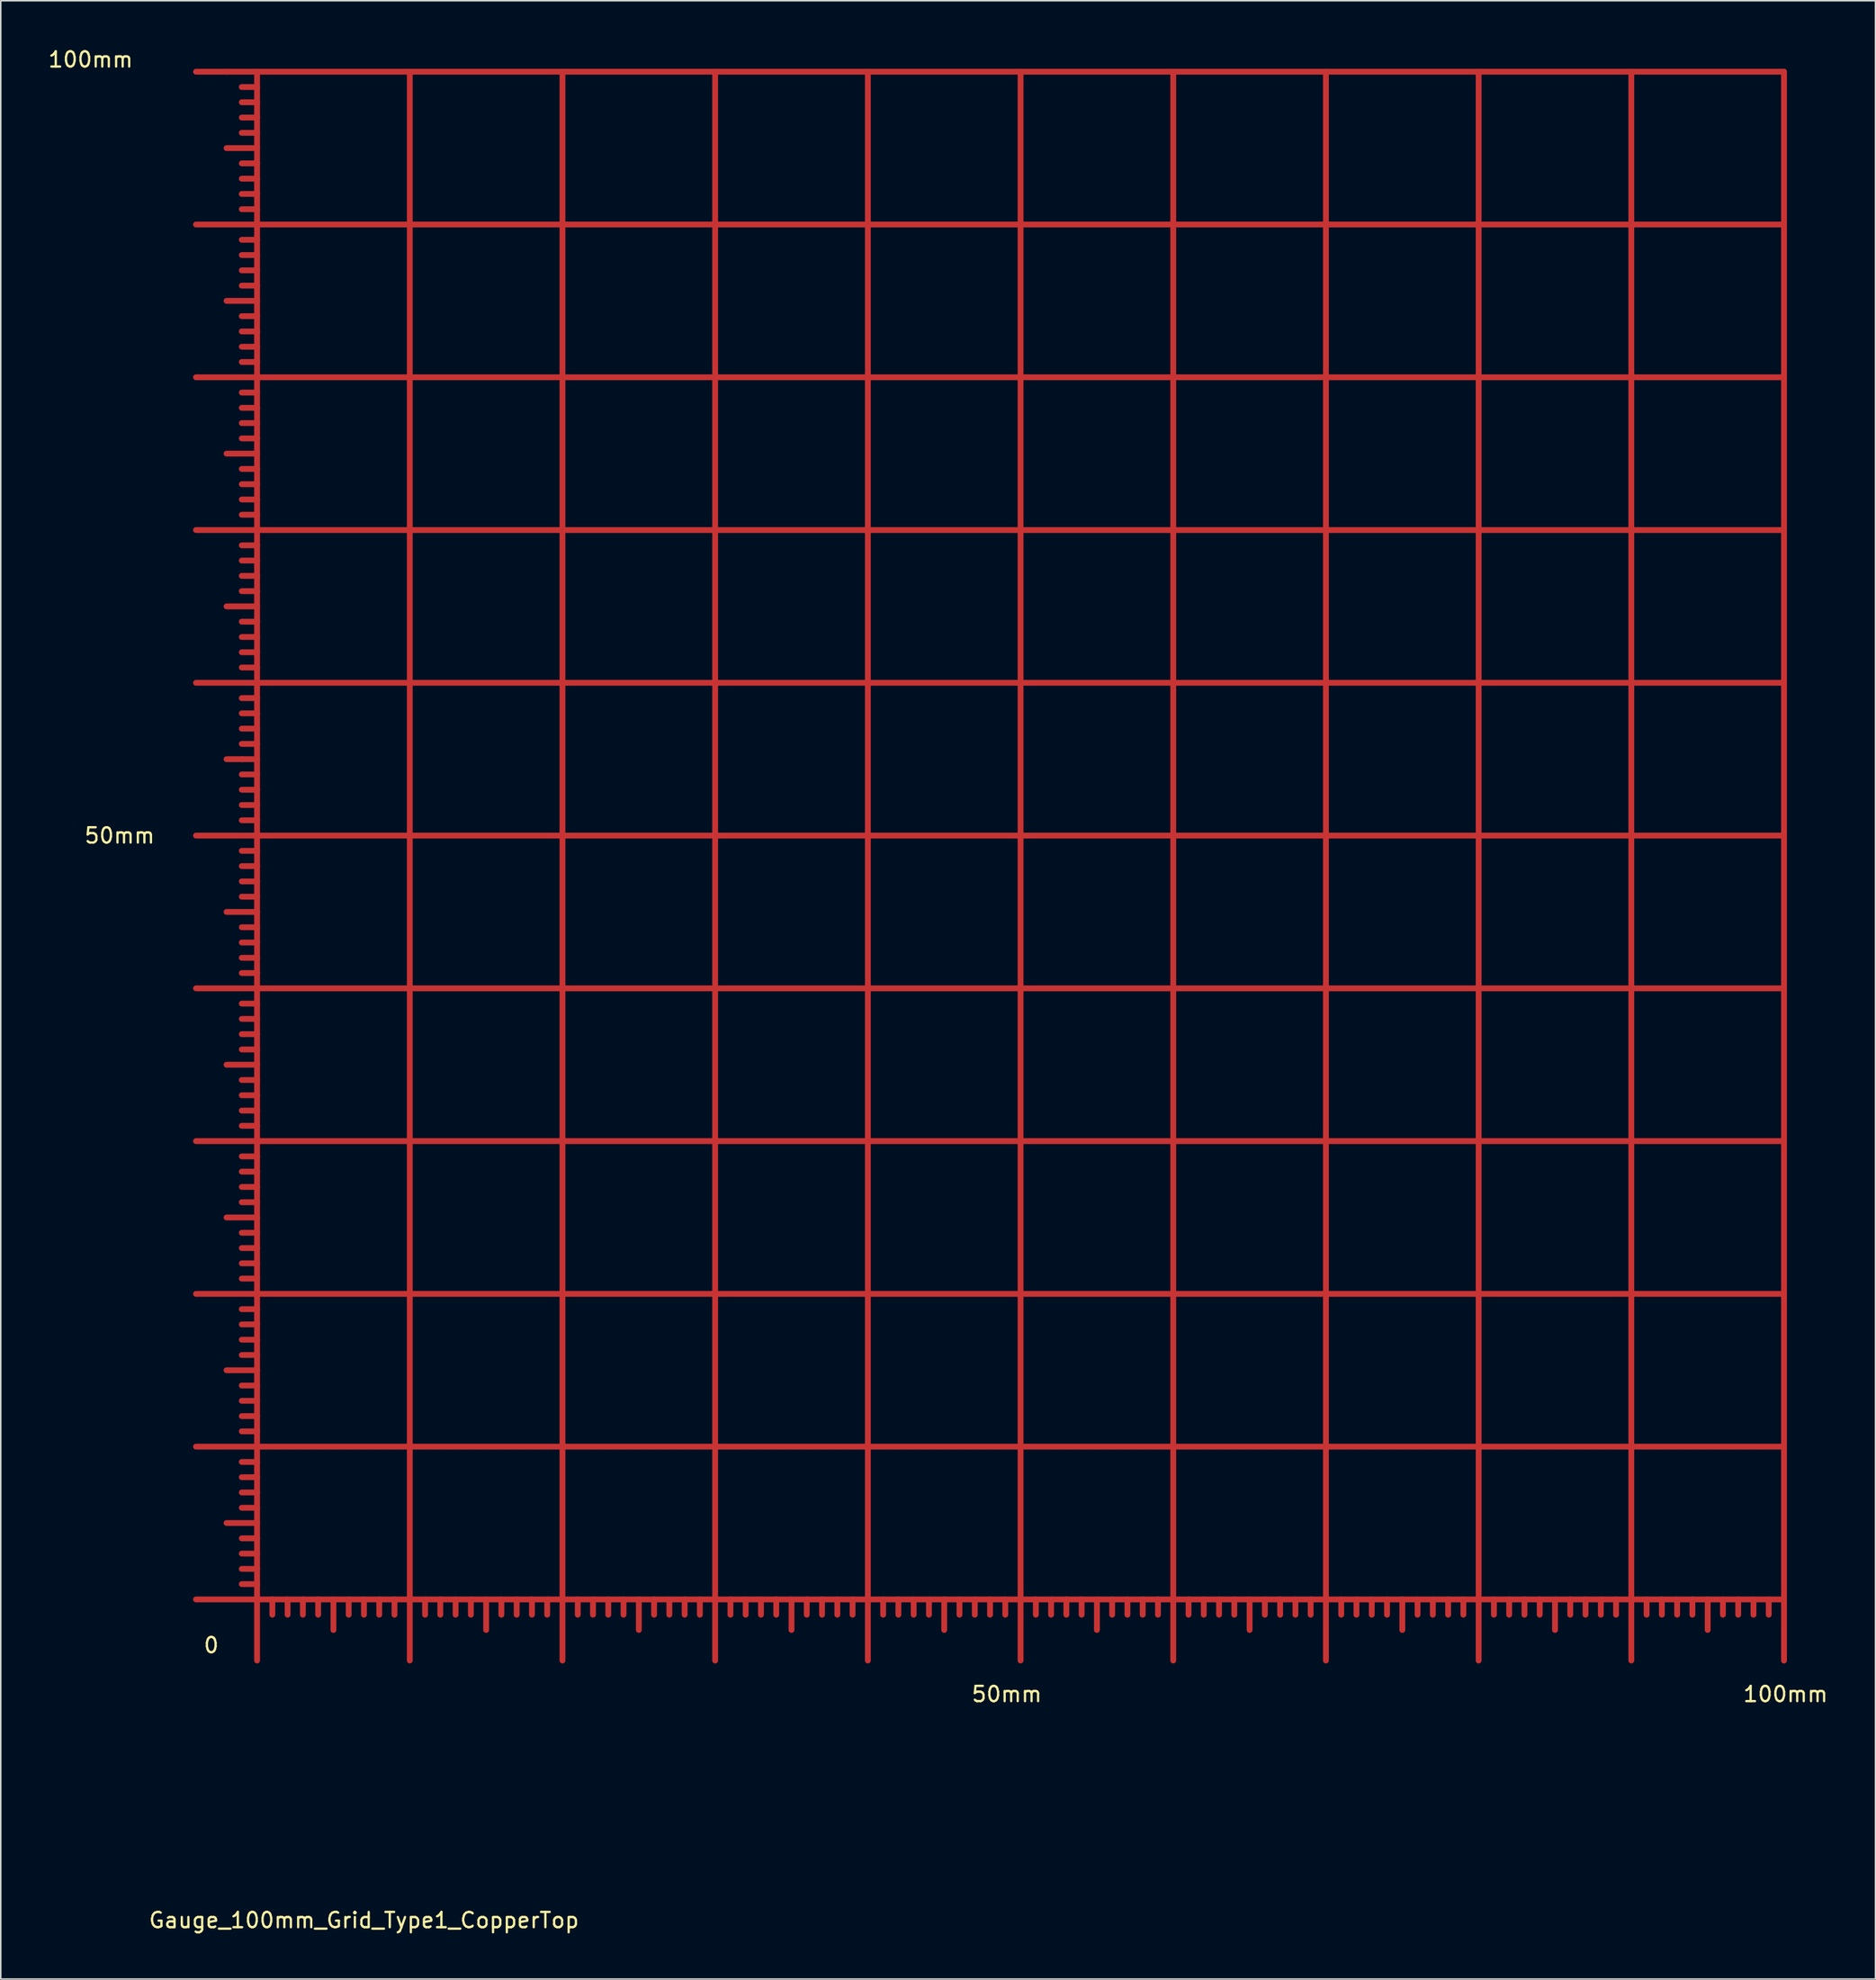
<source format=kicad_pcb>
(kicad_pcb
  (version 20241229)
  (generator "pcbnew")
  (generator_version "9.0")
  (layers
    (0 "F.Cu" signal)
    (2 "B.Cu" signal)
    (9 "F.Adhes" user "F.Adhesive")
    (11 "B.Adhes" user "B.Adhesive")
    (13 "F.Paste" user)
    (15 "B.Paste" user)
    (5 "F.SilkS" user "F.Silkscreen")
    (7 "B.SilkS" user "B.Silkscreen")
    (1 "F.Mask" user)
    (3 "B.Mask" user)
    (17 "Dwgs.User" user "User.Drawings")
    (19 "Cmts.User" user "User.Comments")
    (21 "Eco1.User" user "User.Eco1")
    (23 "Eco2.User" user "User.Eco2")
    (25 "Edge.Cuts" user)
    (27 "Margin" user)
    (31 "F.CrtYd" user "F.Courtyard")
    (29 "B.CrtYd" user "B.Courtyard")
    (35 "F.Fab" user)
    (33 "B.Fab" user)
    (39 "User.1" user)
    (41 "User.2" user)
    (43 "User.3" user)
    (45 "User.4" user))
  (footprint "Gauge_100mm_Grid_Type1_CopperTop"
    (layer "F.Cu")
    (at 13.786 101.646)
    (property "Reference" "Gauge_100mm_Grid_Type1_CopperTop" (at 7 21.001 0) (layer "F.SilkS") (effects (font (size 1 1) (thickness 0.15))))
    (attr exclude_from_pos_files exclude_from_bom)
    (fp_line (start -1.999 -100) (end -4 -100) (stroke (width 0.381) (type solid)) (layer "F.Cu"))
    (fp_line (start -1.001 -55.001) (end -1.999 -55.001) (stroke (width 0.381) (type solid)) (layer "F.Cu"))
    (fp_line (start 0 -100) (end -1.999 -100) (stroke (width 0.381) (type solid)) (layer "F.Cu"))
    (fp_line (start 0 -100) (end 100 -100) (stroke (width 0.381) (type solid)) (layer "F.Cu"))
    (fp_line (start 0 -98.999) (end -1.001 -98.999) (stroke (width 0.381) (type solid)) (layer "F.Cu"))
    (fp_line (start 0 -98.001) (end -1.001 -98.001) (stroke (width 0.381) (type solid)) (layer "F.Cu"))
    (fp_line (start 0 -97) (end -1.001 -97) (stroke (width 0.381) (type solid)) (layer "F.Cu"))
    (fp_line (start 0 -95.999) (end -1.001 -95.999) (stroke (width 0.381) (type solid)) (layer "F.Cu"))
    (fp_line (start 0 -95.001) (end -1.999 -95.001) (stroke (width 0.381) (type solid)) (layer "F.Cu"))
    (fp_line (start 0 -94) (end -1.001 -94) (stroke (width 0.381) (type solid)) (layer "F.Cu"))
    (fp_line (start 0 -93) (end -1.001 -93) (stroke (width 0.381) (type solid)) (layer "F.Cu"))
    (fp_line (start 0 -91.999) (end -1.001 -91.999) (stroke (width 0.381) (type solid)) (layer "F.Cu"))
    (fp_line (start 0 -91.001) (end -1.001 -91.001) (stroke (width 0.381) (type solid)) (layer "F.Cu"))
    (fp_line (start 0 -90) (end -4 -90) (stroke (width 0.381) (type solid)) (layer "F.Cu"))
    (fp_line (start 0 -90) (end 100 -90) (stroke (width 0.381) (type solid)) (layer "F.Cu"))
    (fp_line (start 0 -88.999) (end -1.001 -88.999) (stroke (width 0.381) (type solid)) (layer "F.Cu"))
    (fp_line (start 0 -88.001) (end -1.001 -88.001) (stroke (width 0.381) (type solid)) (layer "F.Cu"))
    (fp_line (start 0 -87) (end -1.001 -87) (stroke (width 0.381) (type solid)) (layer "F.Cu"))
    (fp_line (start 0 -85.999) (end -1.001 -85.999) (stroke (width 0.381) (type solid)) (layer "F.Cu"))
    (fp_line (start 0 -85.001) (end -1.999 -85.001) (stroke (width 0.381) (type solid)) (layer "F.Cu"))
    (fp_line (start 0 -84) (end -1.001 -84) (stroke (width 0.381) (type solid)) (layer "F.Cu"))
    (fp_line (start 0 -83) (end -1.001 -83) (stroke (width 0.381) (type solid)) (layer "F.Cu"))
    (fp_line (start 0 -81.999) (end -1.001 -81.999) (stroke (width 0.381) (type solid)) (layer "F.Cu"))
    (fp_line (start 0 -81.001) (end -1.001 -81.001) (stroke (width 0.381) (type solid)) (layer "F.Cu"))
    (fp_line (start 0 -80) (end -4 -80) (stroke (width 0.381) (type solid)) (layer "F.Cu"))
    (fp_line (start 0 -80) (end 100 -80) (stroke (width 0.381) (type solid)) (layer "F.Cu"))
    (fp_line (start 0 -78.999) (end -1.001 -78.999) (stroke (width 0.381) (type solid)) (layer "F.Cu"))
    (fp_line (start 0 -78.001) (end -1.001 -78.001) (stroke (width 0.381) (type solid)) (layer "F.Cu"))
    (fp_line (start 0 -77) (end -1.001 -77) (stroke (width 0.381) (type solid)) (layer "F.Cu"))
    (fp_line (start 0 -75.999) (end -1.001 -75.999) (stroke (width 0.381) (type solid)) (layer "F.Cu"))
    (fp_line (start 0 -75.001) (end -1.999 -75.001) (stroke (width 0.381) (type solid)) (layer "F.Cu"))
    (fp_line (start 0 -74) (end -1.001 -74) (stroke (width 0.381) (type solid)) (layer "F.Cu"))
    (fp_line (start 0 -73) (end -1.001 -73) (stroke (width 0.381) (type solid)) (layer "F.Cu"))
    (fp_line (start 0 -71.999) (end -1.001 -71.999) (stroke (width 0.381) (type solid)) (layer "F.Cu"))
    (fp_line (start 0 -71.001) (end -1.001 -71.001) (stroke (width 0.381) (type solid)) (layer "F.Cu"))
    (fp_line (start 0 -70) (end -4 -70) (stroke (width 0.381) (type solid)) (layer "F.Cu"))
    (fp_line (start 0 -70) (end 100 -70) (stroke (width 0.381) (type solid)) (layer "F.Cu"))
    (fp_line (start 0 -68.999) (end -1.001 -68.999) (stroke (width 0.381) (type solid)) (layer "F.Cu"))
    (fp_line (start 0 -68.001) (end -1.001 -68.001) (stroke (width 0.381) (type solid)) (layer "F.Cu"))
    (fp_line (start 0 -67) (end -1.001 -67) (stroke (width 0.381) (type solid)) (layer "F.Cu"))
    (fp_line (start 0 -65.999) (end -1.001 -65.999) (stroke (width 0.381) (type solid)) (layer "F.Cu"))
    (fp_line (start 0 -65.001) (end -1.999 -65.001) (stroke (width 0.381) (type solid)) (layer "F.Cu"))
    (fp_line (start 0 -64) (end -1.001 -64) (stroke (width 0.381) (type solid)) (layer "F.Cu"))
    (fp_line (start 0 -63) (end -1.001 -63) (stroke (width 0.381) (type solid)) (layer "F.Cu"))
    (fp_line (start 0 -61.999) (end -1.001 -61.999) (stroke (width 0.381) (type solid)) (layer "F.Cu"))
    (fp_line (start 0 -61.001) (end -1.001 -61.001) (stroke (width 0.381) (type solid)) (layer "F.Cu"))
    (fp_line (start 0 -60) (end -4 -60) (stroke (width 0.381) (type solid)) (layer "F.Cu"))
    (fp_line (start 0 -60) (end 100 -60) (stroke (width 0.381) (type solid)) (layer "F.Cu"))
    (fp_line (start 0 -58.999) (end -1.001 -58.999) (stroke (width 0.381) (type solid)) (layer "F.Cu"))
    (fp_line (start 0 -58.001) (end -1.001 -58.001) (stroke (width 0.381) (type solid)) (layer "F.Cu"))
    (fp_line (start 0 -57) (end -1.001 -57) (stroke (width 0.381) (type solid)) (layer "F.Cu"))
    (fp_line (start 0 -55.999) (end -1.001 -55.999) (stroke (width 0.381) (type solid)) (layer "F.Cu"))
    (fp_line (start 0 -55.001) (end -1.001 -55.001) (stroke (width 0.381) (type solid)) (layer "F.Cu"))
    (fp_line (start 0 -54) (end -1.001 -54) (stroke (width 0.381) (type solid)) (layer "F.Cu"))
    (fp_line (start 0 -53) (end -1.001 -53) (stroke (width 0.381) (type solid)) (layer "F.Cu"))
    (fp_line (start 0 -51.999) (end -1.001 -51.999) (stroke (width 0.381) (type solid)) (layer "F.Cu"))
    (fp_line (start 0 -51.001) (end -1.001 -51.001) (stroke (width 0.381) (type solid)) (layer "F.Cu"))
    (fp_line (start 0 -50) (end -4 -50) (stroke (width 0.381) (type solid)) (layer "F.Cu"))
    (fp_line (start 0 -50) (end 100 -50) (stroke (width 0.381) (type solid)) (layer "F.Cu"))
    (fp_line (start 0 -48.999) (end -1.001 -48.999) (stroke (width 0.381) (type solid)) (layer "F.Cu"))
    (fp_line (start 0 -48.001) (end -1.001 -48.001) (stroke (width 0.381) (type solid)) (layer "F.Cu"))
    (fp_line (start 0 -47) (end -1.001 -47) (stroke (width 0.381) (type solid)) (layer "F.Cu"))
    (fp_line (start 0 -45.999) (end -1.001 -45.999) (stroke (width 0.381) (type solid)) (layer "F.Cu"))
    (fp_line (start 0 -45.001) (end -1.999 -45.001) (stroke (width 0.381) (type solid)) (layer "F.Cu"))
    (fp_line (start 0 -44) (end -1.001 -44) (stroke (width 0.381) (type solid)) (layer "F.Cu"))
    (fp_line (start 0 -43) (end -1.001 -43) (stroke (width 0.381) (type solid)) (layer "F.Cu"))
    (fp_line (start 0 -41.999) (end -1.001 -41.999) (stroke (width 0.381) (type solid)) (layer "F.Cu"))
    (fp_line (start 0 -41.001) (end -1.001 -41.001) (stroke (width 0.381) (type solid)) (layer "F.Cu"))
    (fp_line (start 0 -40) (end -4 -40) (stroke (width 0.381) (type solid)) (layer "F.Cu"))
    (fp_line (start 0 -40) (end 100 -40) (stroke (width 0.381) (type solid)) (layer "F.Cu"))
    (fp_line (start 0 -38.999) (end -1.001 -38.999) (stroke (width 0.381) (type solid)) (layer "F.Cu"))
    (fp_line (start 0 -38.001) (end -1.001 -38.001) (stroke (width 0.381) (type solid)) (layer "F.Cu"))
    (fp_line (start 0 -37) (end -1.001 -37) (stroke (width 0.381) (type solid)) (layer "F.Cu"))
    (fp_line (start 0 -35.999) (end -1.001 -35.999) (stroke (width 0.381) (type solid)) (layer "F.Cu"))
    (fp_line (start 0 -35.001) (end -1.999 -35.001) (stroke (width 0.381) (type solid)) (layer "F.Cu"))
    (fp_line (start 0 -34) (end -1.001 -34) (stroke (width 0.381) (type solid)) (layer "F.Cu"))
    (fp_line (start 0 -33) (end -1.001 -33) (stroke (width 0.381) (type solid)) (layer "F.Cu"))
    (fp_line (start 0 -31.999) (end -1.001 -31.999) (stroke (width 0.381) (type solid)) (layer "F.Cu"))
    (fp_line (start 0 -31.001) (end -1.001 -31.001) (stroke (width 0.381) (type solid)) (layer "F.Cu"))
    (fp_line (start 0 -30) (end -4 -30) (stroke (width 0.381) (type solid)) (layer "F.Cu"))
    (fp_line (start 0 -30) (end 100 -30) (stroke (width 0.381) (type solid)) (layer "F.Cu"))
    (fp_line (start 0 -28.999) (end -1.001 -28.999) (stroke (width 0.381) (type solid)) (layer "F.Cu"))
    (fp_line (start 0 -28.001) (end -1.001 -28.001) (stroke (width 0.381) (type solid)) (layer "F.Cu"))
    (fp_line (start 0 -27) (end -1.001 -27) (stroke (width 0.381) (type solid)) (layer "F.Cu"))
    (fp_line (start 0 -25.999) (end -1.001 -25.999) (stroke (width 0.381) (type solid)) (layer "F.Cu"))
    (fp_line (start 0 -25.001) (end -1.999 -25.001) (stroke (width 0.381) (type solid)) (layer "F.Cu"))
    (fp_line (start 0 -24) (end -1.001 -24) (stroke (width 0.381) (type solid)) (layer "F.Cu"))
    (fp_line (start 0 -23) (end -1.001 -23) (stroke (width 0.381) (type solid)) (layer "F.Cu"))
    (fp_line (start 0 -21.999) (end -1.001 -21.999) (stroke (width 0.381) (type solid)) (layer "F.Cu"))
    (fp_line (start 0 -21.001) (end -1.001 -21.001) (stroke (width 0.381) (type solid)) (layer "F.Cu"))
    (fp_line (start 0 -20) (end -4 -20) (stroke (width 0.381) (type solid)) (layer "F.Cu"))
    (fp_line (start 0 -20) (end 100 -20) (stroke (width 0.381) (type solid)) (layer "F.Cu"))
    (fp_line (start 0 -18.999) (end -1.001 -18.999) (stroke (width 0.381) (type solid)) (layer "F.Cu"))
    (fp_line (start 0 -18.001) (end -1.001 -18.001) (stroke (width 0.381) (type solid)) (layer "F.Cu"))
    (fp_line (start 0 -17) (end -1.001 -17) (stroke (width 0.381) (type solid)) (layer "F.Cu"))
    (fp_line (start 0 -15.999) (end -1.001 -15.999) (stroke (width 0.381) (type solid)) (layer "F.Cu"))
    (fp_line (start 0 -15.001) (end -1.999 -15.001) (stroke (width 0.381) (type solid)) (layer "F.Cu"))
    (fp_line (start 0 -14) (end -1.001 -14) (stroke (width 0.381) (type solid)) (layer "F.Cu"))
    (fp_line (start 0 -13) (end -1.001 -13) (stroke (width 0.381) (type solid)) (layer "F.Cu"))
    (fp_line (start 0 -11.999) (end -1.001 -11.999) (stroke (width 0.381) (type solid)) (layer "F.Cu"))
    (fp_line (start 0 -11.001) (end -1.001 -11.001) (stroke (width 0.381) (type solid)) (layer "F.Cu"))
    (fp_line (start 0 -10) (end -4 -10) (stroke (width 0.381) (type solid)) (layer "F.Cu"))
    (fp_line (start 0 -10) (end 100 -10) (stroke (width 0.381) (type solid)) (layer "F.Cu"))
    (fp_line (start 0 -8.999) (end -1.001 -8.999) (stroke (width 0.381) (type solid)) (layer "F.Cu"))
    (fp_line (start 0 -8.001) (end -1.001 -8.001) (stroke (width 0.381) (type solid)) (layer "F.Cu"))
    (fp_line (start 0 -7) (end -1.001 -7) (stroke (width 0.381) (type solid)) (layer "F.Cu"))
    (fp_line (start 0 -5.999) (end -1.001 -5.999) (stroke (width 0.381) (type solid)) (layer "F.Cu"))
    (fp_line (start 0 -5.001) (end -1.999 -5.001) (stroke (width 0.381) (type solid)) (layer "F.Cu"))
    (fp_line (start 0 -4) (end -1.001 -4) (stroke (width 0.381) (type solid)) (layer "F.Cu"))
    (fp_line (start 0 -3) (end -1.001 -3) (stroke (width 0.381) (type solid)) (layer "F.Cu"))
    (fp_line (start 0 -1.999) (end -1.001 -1.999) (stroke (width 0.381) (type solid)) (layer "F.Cu"))
    (fp_line (start 0 -1.001) (end -1.001 -1.001) (stroke (width 0.381) (type solid)) (layer "F.Cu"))
    (fp_line (start 0 0) (end -4 0) (stroke (width 0.381) (type solid)) (layer "F.Cu"))
    (fp_line (start 0 0) (end 0 -100) (stroke (width 0.381) (type solid)) (layer "F.Cu"))
    (fp_line (start 0 0) (end 0 4) (stroke (width 0.381) (type solid)) (layer "F.Cu"))
    (fp_line (start 0 0) (end 100 0) (stroke (width 0.381) (type solid)) (layer "F.Cu"))
    (fp_line (start 1.001 0) (end 1.001 1.001) (stroke (width 0.381) (type solid)) (layer "F.Cu"))
    (fp_line (start 1.999 0) (end 1.999 1.001) (stroke (width 0.381) (type solid)) (layer "F.Cu"))
    (fp_line (start 3 0) (end 3 1.001) (stroke (width 0.381) (type solid)) (layer "F.Cu"))
    (fp_line (start 4 0) (end 4 1.001) (stroke (width 0.381) (type solid)) (layer "F.Cu"))
    (fp_line (start 5.001 0) (end 5.001 1.999) (stroke (width 0.381) (type solid)) (layer "F.Cu"))
    (fp_line (start 5.999 0) (end 5.999 1.001) (stroke (width 0.381) (type solid)) (layer "F.Cu"))
    (fp_line (start 7 0) (end 7 1.001) (stroke (width 0.381) (type solid)) (layer "F.Cu"))
    (fp_line (start 8.001 0) (end 8.001 1.001) (stroke (width 0.381) (type solid)) (layer "F.Cu"))
    (fp_line (start 8.999 0) (end 8.999 1.001) (stroke (width 0.381) (type solid)) (layer "F.Cu"))
    (fp_line (start 10 0) (end 10 -100) (stroke (width 0.381) (type solid)) (layer "F.Cu"))
    (fp_line (start 10 0) (end 10 4) (stroke (width 0.381) (type solid)) (layer "F.Cu"))
    (fp_line (start 11.001 0) (end 11.001 1.001) (stroke (width 0.381) (type solid)) (layer "F.Cu"))
    (fp_line (start 11.999 0) (end 11.999 1.001) (stroke (width 0.381) (type solid)) (layer "F.Cu"))
    (fp_line (start 13 0) (end 13 1.001) (stroke (width 0.381) (type solid)) (layer "F.Cu"))
    (fp_line (start 14 0) (end 14 1.001) (stroke (width 0.381) (type solid)) (layer "F.Cu"))
    (fp_line (start 15.001 0) (end 15.001 1.999) (stroke (width 0.381) (type solid)) (layer "F.Cu"))
    (fp_line (start 15.999 0) (end 15.999 1.001) (stroke (width 0.381) (type solid)) (layer "F.Cu"))
    (fp_line (start 17 0) (end 17 1.001) (stroke (width 0.381) (type solid)) (layer "F.Cu"))
    (fp_line (start 18.001 0) (end 18.001 1.001) (stroke (width 0.381) (type solid)) (layer "F.Cu"))
    (fp_line (start 18.999 0) (end 18.999 1.001) (stroke (width 0.381) (type solid)) (layer "F.Cu"))
    (fp_line (start 20 0) (end 20 -100) (stroke (width 0.381) (type solid)) (layer "F.Cu"))
    (fp_line (start 20 0) (end 20 4) (stroke (width 0.381) (type solid)) (layer "F.Cu"))
    (fp_line (start 21.001 0) (end 21.001 1.001) (stroke (width 0.381) (type solid)) (layer "F.Cu"))
    (fp_line (start 21.999 0) (end 21.999 1.001) (stroke (width 0.381) (type solid)) (layer "F.Cu"))
    (fp_line (start 23 0) (end 23 1.001) (stroke (width 0.381) (type solid)) (layer "F.Cu"))
    (fp_line (start 24 0) (end 24 1.001) (stroke (width 0.381) (type solid)) (layer "F.Cu"))
    (fp_line (start 25.001 0) (end 25.001 1.999) (stroke (width 0.381) (type solid)) (layer "F.Cu"))
    (fp_line (start 25.999 0) (end 25.999 1.001) (stroke (width 0.381) (type solid)) (layer "F.Cu"))
    (fp_line (start 27 0) (end 27 1.001) (stroke (width 0.381) (type solid)) (layer "F.Cu"))
    (fp_line (start 28.001 0) (end 28.001 1.001) (stroke (width 0.381) (type solid)) (layer "F.Cu"))
    (fp_line (start 28.999 0) (end 28.999 1.001) (stroke (width 0.381) (type solid)) (layer "F.Cu"))
    (fp_line (start 30 0) (end 30 -100) (stroke (width 0.381) (type solid)) (layer "F.Cu"))
    (fp_line (start 30 0) (end 30 4) (stroke (width 0.381) (type solid)) (layer "F.Cu"))
    (fp_line (start 31.001 0) (end 31.001 1.001) (stroke (width 0.381) (type solid)) (layer "F.Cu"))
    (fp_line (start 31.999 0) (end 31.999 1.001) (stroke (width 0.381) (type solid)) (layer "F.Cu"))
    (fp_line (start 33 0) (end 33 1.001) (stroke (width 0.381) (type solid)) (layer "F.Cu"))
    (fp_line (start 34 0) (end 34 1.001) (stroke (width 0.381) (type solid)) (layer "F.Cu"))
    (fp_line (start 35.001 0) (end 35.001 1.999) (stroke (width 0.381) (type solid)) (layer "F.Cu"))
    (fp_line (start 35.999 0) (end 35.999 1.001) (stroke (width 0.381) (type solid)) (layer "F.Cu"))
    (fp_line (start 37 0) (end 37 1.001) (stroke (width 0.381) (type solid)) (layer "F.Cu"))
    (fp_line (start 38.001 0) (end 38.001 1.001) (stroke (width 0.381) (type solid)) (layer "F.Cu"))
    (fp_line (start 38.999 0) (end 38.999 1.001) (stroke (width 0.381) (type solid)) (layer "F.Cu"))
    (fp_line (start 40 0) (end 40 -100) (stroke (width 0.381) (type solid)) (layer "F.Cu"))
    (fp_line (start 40 0) (end 40 4) (stroke (width 0.381) (type solid)) (layer "F.Cu"))
    (fp_line (start 41.001 0) (end 41.001 1.001) (stroke (width 0.381) (type solid)) (layer "F.Cu"))
    (fp_line (start 41.999 0) (end 41.999 1.001) (stroke (width 0.381) (type solid)) (layer "F.Cu"))
    (fp_line (start 43 0) (end 43 1.001) (stroke (width 0.381) (type solid)) (layer "F.Cu"))
    (fp_line (start 44 0) (end 44 1.001) (stroke (width 0.381) (type solid)) (layer "F.Cu"))
    (fp_line (start 45.001 0) (end 45.001 1.999) (stroke (width 0.381) (type solid)) (layer "F.Cu"))
    (fp_line (start 45.999 0) (end 45.999 1.001) (stroke (width 0.381) (type solid)) (layer "F.Cu"))
    (fp_line (start 47 0) (end 47 1.001) (stroke (width 0.381) (type solid)) (layer "F.Cu"))
    (fp_line (start 48.001 0) (end 48.001 1.001) (stroke (width 0.381) (type solid)) (layer "F.Cu"))
    (fp_line (start 48.999 0) (end 48.999 1.001) (stroke (width 0.381) (type solid)) (layer "F.Cu"))
    (fp_line (start 50 0) (end 50 -100) (stroke (width 0.381) (type solid)) (layer "F.Cu"))
    (fp_line (start 50 0) (end 50 4) (stroke (width 0.381) (type solid)) (layer "F.Cu"))
    (fp_line (start 51.001 0) (end 51.001 1.001) (stroke (width 0.381) (type solid)) (layer "F.Cu"))
    (fp_line (start 51.999 0) (end 51.999 1.001) (stroke (width 0.381) (type solid)) (layer "F.Cu"))
    (fp_line (start 53 0) (end 53 1.001) (stroke (width 0.381) (type solid)) (layer "F.Cu"))
    (fp_line (start 54 0) (end 54 1.001) (stroke (width 0.381) (type solid)) (layer "F.Cu"))
    (fp_line (start 55.001 0) (end 55.001 1.999) (stroke (width 0.381) (type solid)) (layer "F.Cu"))
    (fp_line (start 55.999 0) (end 55.999 1.001) (stroke (width 0.381) (type solid)) (layer "F.Cu"))
    (fp_line (start 57 0) (end 57 1.001) (stroke (width 0.381) (type solid)) (layer "F.Cu"))
    (fp_line (start 58.001 0) (end 58.001 1.001) (stroke (width 0.381) (type solid)) (layer "F.Cu"))
    (fp_line (start 58.999 0) (end 58.999 1.001) (stroke (width 0.381) (type solid)) (layer "F.Cu"))
    (fp_line (start 60 -100) (end 60 0) (stroke (width 0.381) (type solid)) (layer "F.Cu"))
    (fp_line (start 60 0) (end 60 4) (stroke (width 0.381) (type solid)) (layer "F.Cu"))
    (fp_line (start 61.001 0) (end 61.001 1.001) (stroke (width 0.381) (type solid)) (layer "F.Cu"))
    (fp_line (start 61.999 0) (end 61.999 1.001) (stroke (width 0.381) (type solid)) (layer "F.Cu"))
    (fp_line (start 63 0) (end 63 1.001) (stroke (width 0.381) (type solid)) (layer "F.Cu"))
    (fp_line (start 64 0) (end 64 1.001) (stroke (width 0.381) (type solid)) (layer "F.Cu"))
    (fp_line (start 65.001 0) (end 65.001 1.999) (stroke (width 0.381) (type solid)) (layer "F.Cu"))
    (fp_line (start 65.999 0) (end 65.999 1.001) (stroke (width 0.381) (type solid)) (layer "F.Cu"))
    (fp_line (start 67 0) (end 67 1.001) (stroke (width 0.381) (type solid)) (layer "F.Cu"))
    (fp_line (start 68.001 0) (end 68.001 1.001) (stroke (width 0.381) (type solid)) (layer "F.Cu"))
    (fp_line (start 68.999 0) (end 68.999 1.001) (stroke (width 0.381) (type solid)) (layer "F.Cu"))
    (fp_line (start 70 0) (end 70 -100) (stroke (width 0.381) (type solid)) (layer "F.Cu"))
    (fp_line (start 70 0) (end 70 4) (stroke (width 0.381) (type solid)) (layer "F.Cu"))
    (fp_line (start 71.001 0) (end 71.001 1.001) (stroke (width 0.381) (type solid)) (layer "F.Cu"))
    (fp_line (start 71.999 0) (end 71.999 1.001) (stroke (width 0.381) (type solid)) (layer "F.Cu"))
    (fp_line (start 73 0) (end 73 1.001) (stroke (width 0.381) (type solid)) (layer "F.Cu"))
    (fp_line (start 74 0) (end 74 1.001) (stroke (width 0.381) (type solid)) (layer "F.Cu"))
    (fp_line (start 75.001 0) (end 75.001 1.999) (stroke (width 0.381) (type solid)) (layer "F.Cu"))
    (fp_line (start 75.999 0) (end 75.999 1.001) (stroke (width 0.381) (type solid)) (layer "F.Cu"))
    (fp_line (start 77 0) (end 77 1.001) (stroke (width 0.381) (type solid)) (layer "F.Cu"))
    (fp_line (start 78.001 0) (end 78.001 1.001) (stroke (width 0.381) (type solid)) (layer "F.Cu"))
    (fp_line (start 78.999 0) (end 78.999 1.001) (stroke (width 0.381) (type solid)) (layer "F.Cu"))
    (fp_line (start 80 -100) (end 80 0) (stroke (width 0.381) (type solid)) (layer "F.Cu"))
    (fp_line (start 80 0) (end 80 4) (stroke (width 0.381) (type solid)) (layer "F.Cu"))
    (fp_line (start 81.001 0) (end 81.001 1.001) (stroke (width 0.381) (type solid)) (layer "F.Cu"))
    (fp_line (start 81.999 0) (end 81.999 1.001) (stroke (width 0.381) (type solid)) (layer "F.Cu"))
    (fp_line (start 83 0) (end 83 1.001) (stroke (width 0.381) (type solid)) (layer "F.Cu"))
    (fp_line (start 84 0) (end 84 1.001) (stroke (width 0.381) (type solid)) (layer "F.Cu"))
    (fp_line (start 85.001 0) (end 85.001 1.999) (stroke (width 0.381) (type solid)) (layer "F.Cu"))
    (fp_line (start 85.999 0) (end 85.999 1.001) (stroke (width 0.381) (type solid)) (layer "F.Cu"))
    (fp_line (start 87 0) (end 87 1.001) (stroke (width 0.381) (type solid)) (layer "F.Cu"))
    (fp_line (start 88.001 0) (end 88.001 1.001) (stroke (width 0.381) (type solid)) (layer "F.Cu"))
    (fp_line (start 88.999 0) (end 88.999 1.001) (stroke (width 0.381) (type solid)) (layer "F.Cu"))
    (fp_line (start 90 0) (end 90 -100) (stroke (width 0.381) (type solid)) (layer "F.Cu"))
    (fp_line (start 90 0) (end 90 4) (stroke (width 0.381) (type solid)) (layer "F.Cu"))
    (fp_line (start 91.001 0) (end 91.001 1.001) (stroke (width 0.381) (type solid)) (layer "F.Cu"))
    (fp_line (start 91.999 0) (end 91.999 1.001) (stroke (width 0.381) (type solid)) (layer "F.Cu"))
    (fp_line (start 93 0) (end 93 1.001) (stroke (width 0.381) (type solid)) (layer "F.Cu"))
    (fp_line (start 94 0) (end 94 1.001) (stroke (width 0.381) (type solid)) (layer "F.Cu"))
    (fp_line (start 95.001 0) (end 95.001 1.999) (stroke (width 0.381) (type solid)) (layer "F.Cu"))
    (fp_line (start 95.999 0) (end 95.999 1.001) (stroke (width 0.381) (type solid)) (layer "F.Cu"))
    (fp_line (start 97 0) (end 97 1.001) (stroke (width 0.381) (type solid)) (layer "F.Cu"))
    (fp_line (start 98.001 0) (end 98.001 1.001) (stroke (width 0.381) (type solid)) (layer "F.Cu"))
    (fp_line (start 98.999 0) (end 98.999 1.001) (stroke (width 0.381) (type solid)) (layer "F.Cu"))
    (fp_line (start 100 -100) (end 100 0) (stroke (width 0.381) (type solid)) (layer "F.Cu"))
    (fp_line (start 100 0) (end 100 4) (stroke (width 0.381) (type solid)) (layer "F.Cu"))
    (fp_text user "50mm" (at -8.999 -50 0) (layer "F.SilkS") (effects (font (size 1 1) (thickness 0.15))))
    (fp_text user "100mm" (at -10.899 -100.797 0) (layer "F.SilkS") (effects (font (size 1 1) (thickness 0.15))))
    (fp_text user "50mm" (at 49.101 6.203 0) (layer "F.SilkS") (effects (font (size 1 1) (thickness 0.15))))
    (fp_text user "100mm" (at 100.101 6.203 0) (layer "F.SilkS") (effects (font (size 1 1) (thickness 0.15))))
    (fp_text user "0" (at -3 3 0) (layer "F.SilkS") (effects (font (size 1 1) (thickness 0.15)))))
  (gr_rect
    (start -3 -3)
    (end 119.774 126.495)
    (stroke (width 0.1) (type default))
    (fill no)
    (layer "Edge.Cuts")))
</source>
